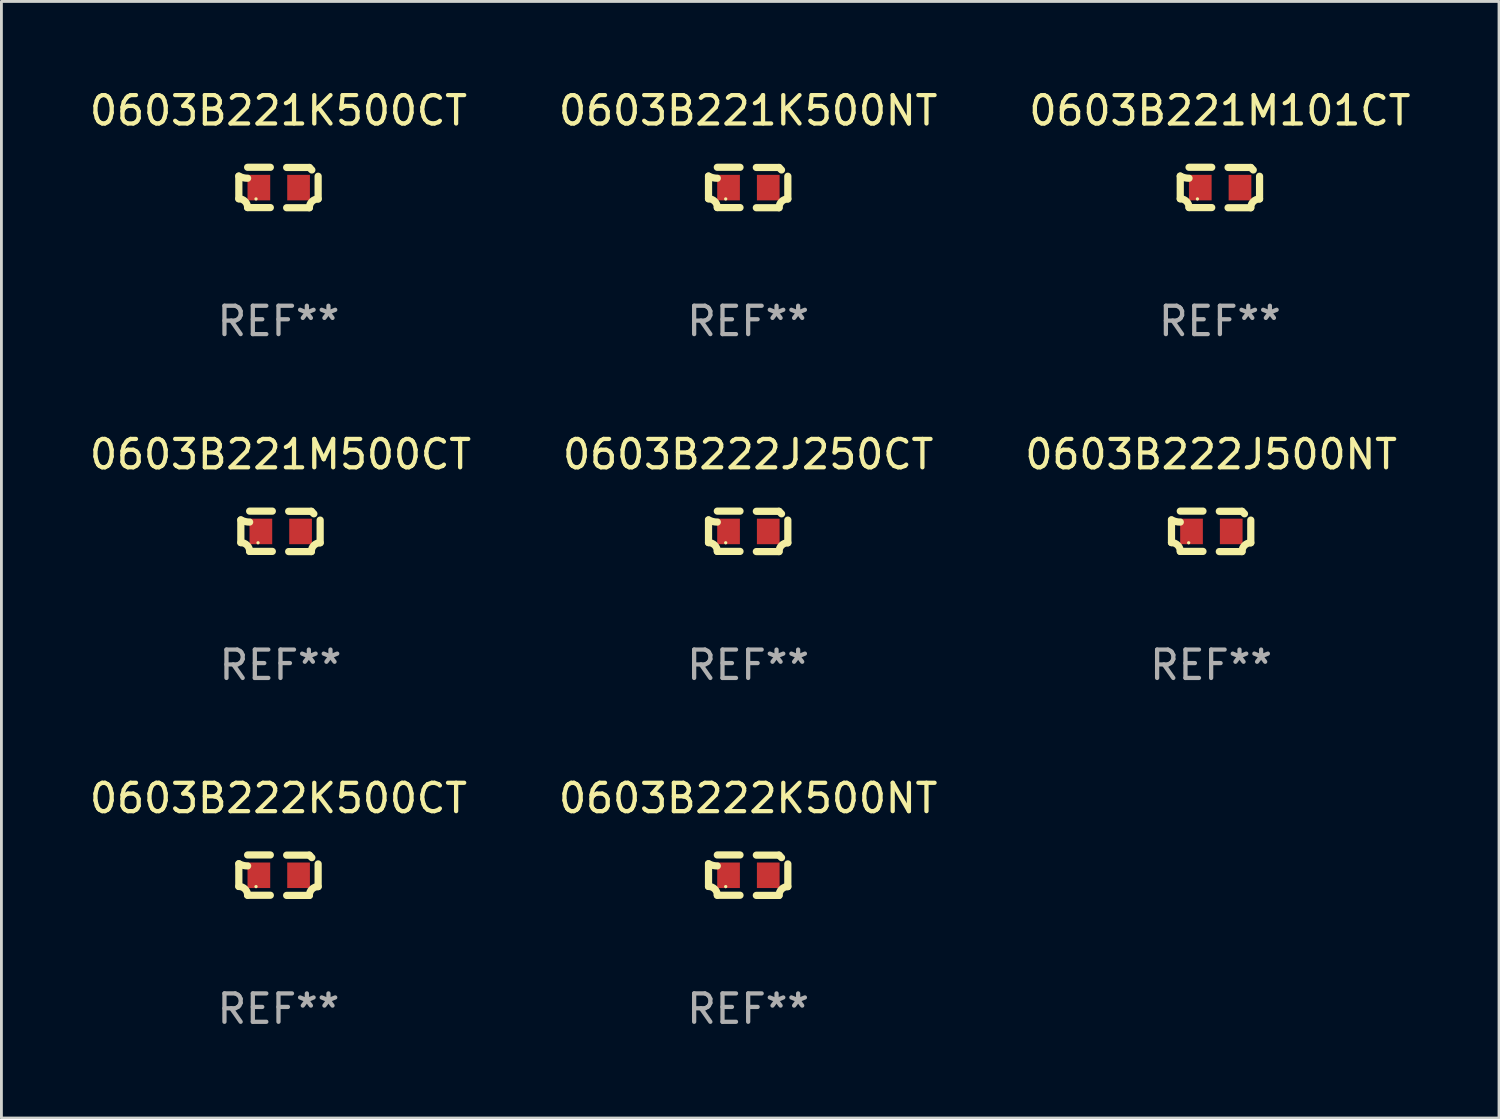
<source format=kicad_pcb>
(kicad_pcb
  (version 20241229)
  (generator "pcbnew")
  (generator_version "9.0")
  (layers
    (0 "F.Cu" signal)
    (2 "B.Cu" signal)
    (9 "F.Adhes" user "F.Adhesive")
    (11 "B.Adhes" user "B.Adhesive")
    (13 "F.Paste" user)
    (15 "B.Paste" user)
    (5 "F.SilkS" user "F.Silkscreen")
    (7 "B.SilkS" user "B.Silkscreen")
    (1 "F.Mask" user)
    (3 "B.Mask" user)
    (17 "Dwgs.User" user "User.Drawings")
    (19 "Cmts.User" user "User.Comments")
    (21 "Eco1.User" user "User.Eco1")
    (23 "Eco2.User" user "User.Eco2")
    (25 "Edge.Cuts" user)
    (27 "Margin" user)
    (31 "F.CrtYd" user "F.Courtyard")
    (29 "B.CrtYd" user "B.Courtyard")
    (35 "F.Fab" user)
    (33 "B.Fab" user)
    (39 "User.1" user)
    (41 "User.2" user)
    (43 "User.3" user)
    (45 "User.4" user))
  (footprint "0603B221K500CT"
    (layer "F.Cu")
    (at 6.768 3.561)
    (property "Reference" "0603B221K500CT" (at 0 -2.713 0) (layer "F.SilkS") (effects (font (size 1 1) (thickness 0.15))))
    (attr through_hole)
    (fp_line (start -1.398 -0.403) (end -1.398 0.397) (stroke (width 0.254) (type solid)) (layer "F.SilkS"))
    (fp_line (start -0.288 -0.713) (end -1.088 -0.713) (stroke (width 0.254) (type solid)) (layer "F.SilkS"))
    (fp_line (start -0.288 0.707) (end -1.088 0.707) (stroke (width 0.254) (type solid)) (layer "F.SilkS"))
    (fp_line (start 0.288 -0.707) (end 1.088 -0.707) (stroke (width 0.254) (type solid)) (layer "F.SilkS"))
    (fp_line (start 0.288 0.713) (end 1.088 0.713) (stroke (width 0.254) (type solid)) (layer "F.SilkS"))
    (fp_line (start 1.398 -0.397) (end 1.398 0.403) (stroke (width 0.254) (type solid)) (layer "F.SilkS"))
    (fp_arc (start -1.397789 0.397066) (mid -1.178701 0.487826) (end -1.08796 0.706922) (stroke (width 0.254001) (type solid)) (layer "F.SilkS"))
    (fp_arc (start -1.08796 -0.327176) (mid -1.247436 -0.346384) (end -1.39779 -0.402908) (stroke (width 0.254001) (type solid)) (layer "F.SilkS"))
    (fp_arc (start 1.087909 0.712738) (mid 1.178656 0.493655) (end 1.397739 0.402908) (stroke (width 0.254001) (type solid)) (layer "F.SilkS"))
    (fp_arc (start 1.175925 -0.618926) (mid 1.131917 -0.662923) (end 1.08791 -0.706922) (stroke (width 0.254001) (type solid)) (layer "F.SilkS"))
    (fp_circle (center -0.792 0.403) (end -0.762 0.403) (stroke (width 0.06) (type solid)) (fill no) (layer "F.SilkS"))
    (fp_text user "REF**" (at 0 4.713 0) (layer "F.Fab") (effects (font (size 1 1) (thickness 0.15))))
    (pad "1" smd rect (at -0.692 0.003) (size 0.8 0.9) (layers "F.Cu" "F.Mask" "F.Paste"))
    (pad "2" smd rect (at 0.708 0.003) (size 0.8 0.9) (layers "F.Cu" "F.Mask" "F.Paste")))
  (footprint "0603B222K500CT"
    (layer "F.Cu")
    (at 6.768 27.805)
    (property "Reference" "0603B222K500CT" (at 0 -2.713 0) (layer "F.SilkS") (effects (font (size 1 1) (thickness 0.15))))
    (attr through_hole)
    (fp_line (start -1.398 -0.403) (end -1.398 0.397) (stroke (width 0.254) (type solid)) (layer "F.SilkS"))
    (fp_line (start -0.288 -0.713) (end -1.088 -0.713) (stroke (width 0.254) (type solid)) (layer "F.SilkS"))
    (fp_line (start -0.288 0.707) (end -1.088 0.707) (stroke (width 0.254) (type solid)) (layer "F.SilkS"))
    (fp_line (start 0.288 -0.707) (end 1.088 -0.707) (stroke (width 0.254) (type solid)) (layer "F.SilkS"))
    (fp_line (start 0.288 0.713) (end 1.088 0.713) (stroke (width 0.254) (type solid)) (layer "F.SilkS"))
    (fp_line (start 1.398 -0.397) (end 1.398 0.403) (stroke (width 0.254) (type solid)) (layer "F.SilkS"))
    (fp_arc (start -1.397789 0.397066) (mid -1.178701 0.487826) (end -1.08796 0.706922) (stroke (width 0.254001) (type solid)) (layer "F.SilkS"))
    (fp_arc (start -1.08796 -0.327176) (mid -1.247436 -0.346384) (end -1.39779 -0.402908) (stroke (width 0.254001) (type solid)) (layer "F.SilkS"))
    (fp_arc (start 1.087909 0.712738) (mid 1.178656 0.493655) (end 1.397739 0.402908) (stroke (width 0.254001) (type solid)) (layer "F.SilkS"))
    (fp_arc (start 1.175925 -0.618926) (mid 1.131917 -0.662923) (end 1.08791 -0.706922) (stroke (width 0.254001) (type solid)) (layer "F.SilkS"))
    (fp_circle (center -0.792 0.403) (end -0.762 0.403) (stroke (width 0.06) (type solid)) (fill no) (layer "F.SilkS"))
    (fp_text user "REF**" (at 0 4.713 0) (layer "F.Fab") (effects (font (size 1 1) (thickness 0.15))))
    (pad "1" smd rect (at -0.692 0.003) (size 0.8 0.9) (layers "F.Cu" "F.Mask" "F.Paste"))
    (pad "2" smd rect (at 0.708 0.003) (size 0.8 0.9) (layers "F.Cu" "F.Mask" "F.Paste")))
  (footprint "0603B221K500NT"
    (layer "F.Cu")
    (at 23.327 3.561)
    (property "Reference" "0603B221K500NT" (at 0 -2.713 0) (layer "F.SilkS") (effects (font (size 1 1) (thickness 0.15))))
    (attr through_hole)
    (fp_line (start -1.398 -0.403) (end -1.398 0.397) (stroke (width 0.254) (type solid)) (layer "F.SilkS"))
    (fp_line (start -0.288 -0.713) (end -1.088 -0.713) (stroke (width 0.254) (type solid)) (layer "F.SilkS"))
    (fp_line (start -0.288 0.707) (end -1.088 0.707) (stroke (width 0.254) (type solid)) (layer "F.SilkS"))
    (fp_line (start 0.288 -0.707) (end 1.088 -0.707) (stroke (width 0.254) (type solid)) (layer "F.SilkS"))
    (fp_line (start 0.288 0.713) (end 1.088 0.713) (stroke (width 0.254) (type solid)) (layer "F.SilkS"))
    (fp_line (start 1.398 -0.397) (end 1.398 0.403) (stroke (width 0.254) (type solid)) (layer "F.SilkS"))
    (fp_arc (start -1.397789 0.397066) (mid -1.178701 0.487826) (end -1.08796 0.706922) (stroke (width 0.254001) (type solid)) (layer "F.SilkS"))
    (fp_arc (start -1.08796 -0.327176) (mid -1.247436 -0.346384) (end -1.39779 -0.402908) (stroke (width 0.254001) (type solid)) (layer "F.SilkS"))
    (fp_arc (start 1.087909 0.712738) (mid 1.178656 0.493655) (end 1.397739 0.402908) (stroke (width 0.254001) (type solid)) (layer "F.SilkS"))
    (fp_arc (start 1.175925 -0.618926) (mid 1.131917 -0.662923) (end 1.08791 -0.706922) (stroke (width 0.254001) (type solid)) (layer "F.SilkS"))
    (fp_circle (center -0.792 0.403) (end -0.762 0.403) (stroke (width 0.06) (type solid)) (fill no) (layer "F.SilkS"))
    (fp_text user "REF**" (at 0 4.713 0) (layer "F.Fab") (effects (font (size 1 1) (thickness 0.15))))
    (pad "1" smd rect (at -0.692 0.003) (size 0.8 0.9) (layers "F.Cu" "F.Mask" "F.Paste"))
    (pad "2" smd rect (at 0.708 0.003) (size 0.8 0.9) (layers "F.Cu" "F.Mask" "F.Paste")))
  (footprint "0603B222J250CT"
    (layer "F.Cu")
    (at 23.327 15.683)
    (property "Reference" "0603B222J250CT" (at 0 -2.713 0) (layer "F.SilkS") (effects (font (size 1 1) (thickness 0.15))))
    (attr through_hole)
    (fp_line (start -1.398 -0.403) (end -1.398 0.397) (stroke (width 0.254) (type solid)) (layer "F.SilkS"))
    (fp_line (start -0.288 -0.713) (end -1.088 -0.713) (stroke (width 0.254) (type solid)) (layer "F.SilkS"))
    (fp_line (start -0.288 0.707) (end -1.088 0.707) (stroke (width 0.254) (type solid)) (layer "F.SilkS"))
    (fp_line (start 0.288 -0.707) (end 1.088 -0.707) (stroke (width 0.254) (type solid)) (layer "F.SilkS"))
    (fp_line (start 0.288 0.713) (end 1.088 0.713) (stroke (width 0.254) (type solid)) (layer "F.SilkS"))
    (fp_line (start 1.398 -0.397) (end 1.398 0.403) (stroke (width 0.254) (type solid)) (layer "F.SilkS"))
    (fp_arc (start -1.397789 0.397066) (mid -1.178701 0.487826) (end -1.08796 0.706922) (stroke (width 0.254001) (type solid)) (layer "F.SilkS"))
    (fp_arc (start -1.08796 -0.327176) (mid -1.247436 -0.346384) (end -1.39779 -0.402908) (stroke (width 0.254001) (type solid)) (layer "F.SilkS"))
    (fp_arc (start 1.087909 0.712738) (mid 1.178656 0.493655) (end 1.397739 0.402908) (stroke (width 0.254001) (type solid)) (layer "F.SilkS"))
    (fp_arc (start 1.175925 -0.618926) (mid 1.131917 -0.662923) (end 1.08791 -0.706922) (stroke (width 0.254001) (type solid)) (layer "F.SilkS"))
    (fp_circle (center -0.792 0.403) (end -0.762 0.403) (stroke (width 0.06) (type solid)) (fill no) (layer "F.SilkS"))
    (fp_text user "REF**" (at 0 4.713 0) (layer "F.Fab") (effects (font (size 1 1) (thickness 0.15))))
    (pad "1" smd rect (at -0.692 0.003) (size 0.8 0.9) (layers "F.Cu" "F.Mask" "F.Paste"))
    (pad "2" smd rect (at 0.708 0.003) (size 0.8 0.9) (layers "F.Cu" "F.Mask" "F.Paste")))
  (footprint "0603B222J500NT"
    (layer "F.Cu")
    (at 39.649 15.683)
    (property "Reference" "0603B222J500NT" (at 0 -2.713 0) (layer "F.SilkS") (effects (font (size 1 1) (thickness 0.15))))
    (attr through_hole)
    (fp_line (start -1.398 -0.403) (end -1.398 0.397) (stroke (width 0.254) (type solid)) (layer "F.SilkS"))
    (fp_line (start -0.288 -0.713) (end -1.088 -0.713) (stroke (width 0.254) (type solid)) (layer "F.SilkS"))
    (fp_line (start -0.288 0.707) (end -1.088 0.707) (stroke (width 0.254) (type solid)) (layer "F.SilkS"))
    (fp_line (start 0.288 -0.707) (end 1.088 -0.707) (stroke (width 0.254) (type solid)) (layer "F.SilkS"))
    (fp_line (start 0.288 0.713) (end 1.088 0.713) (stroke (width 0.254) (type solid)) (layer "F.SilkS"))
    (fp_line (start 1.398 -0.397) (end 1.398 0.403) (stroke (width 0.254) (type solid)) (layer "F.SilkS"))
    (fp_arc (start -1.397789 0.397066) (mid -1.178701 0.487826) (end -1.08796 0.706922) (stroke (width 0.254001) (type solid)) (layer "F.SilkS"))
    (fp_arc (start -1.08796 -0.327176) (mid -1.247436 -0.346384) (end -1.39779 -0.402908) (stroke (width 0.254001) (type solid)) (layer "F.SilkS"))
    (fp_arc (start 1.087909 0.712738) (mid 1.178656 0.493655) (end 1.397739 0.402908) (stroke (width 0.254001) (type solid)) (layer "F.SilkS"))
    (fp_arc (start 1.175925 -0.618926) (mid 1.131917 -0.662923) (end 1.08791 -0.706922) (stroke (width 0.254001) (type solid)) (layer "F.SilkS"))
    (fp_circle (center -0.792 0.403) (end -0.762 0.403) (stroke (width 0.06) (type solid)) (fill no) (layer "F.SilkS"))
    (fp_text user "REF**" (at 0 4.713 0) (layer "F.Fab") (effects (font (size 1 1) (thickness 0.15))))
    (pad "1" smd rect (at -0.692 0.003) (size 0.8 0.9) (layers "F.Cu" "F.Mask" "F.Paste"))
    (pad "2" smd rect (at 0.708 0.003) (size 0.8 0.9) (layers "F.Cu" "F.Mask" "F.Paste")))
  (footprint "0603B221M101CT"
    (layer "F.Cu")
    (at 39.958 3.561)
    (property "Reference" "0603B221M101CT" (at 0 -2.713 0) (layer "F.SilkS") (effects (font (size 1 1) (thickness 0.15))))
    (attr through_hole)
    (fp_line (start -1.398 -0.403) (end -1.398 0.397) (stroke (width 0.254) (type solid)) (layer "F.SilkS"))
    (fp_line (start -0.288 -0.713) (end -1.088 -0.713) (stroke (width 0.254) (type solid)) (layer "F.SilkS"))
    (fp_line (start -0.288 0.707) (end -1.088 0.707) (stroke (width 0.254) (type solid)) (layer "F.SilkS"))
    (fp_line (start 0.288 -0.707) (end 1.088 -0.707) (stroke (width 0.254) (type solid)) (layer "F.SilkS"))
    (fp_line (start 0.288 0.713) (end 1.088 0.713) (stroke (width 0.254) (type solid)) (layer "F.SilkS"))
    (fp_line (start 1.398 -0.397) (end 1.398 0.403) (stroke (width 0.254) (type solid)) (layer "F.SilkS"))
    (fp_arc (start -1.397789 0.397066) (mid -1.178701 0.487826) (end -1.08796 0.706922) (stroke (width 0.254001) (type solid)) (layer "F.SilkS"))
    (fp_arc (start -1.08796 -0.327176) (mid -1.247436 -0.346384) (end -1.39779 -0.402908) (stroke (width 0.254001) (type solid)) (layer "F.SilkS"))
    (fp_arc (start 1.087909 0.712738) (mid 1.178656 0.493655) (end 1.397739 0.402908) (stroke (width 0.254001) (type solid)) (layer "F.SilkS"))
    (fp_arc (start 1.175925 -0.618926) (mid 1.131917 -0.662923) (end 1.08791 -0.706922) (stroke (width 0.254001) (type solid)) (layer "F.SilkS"))
    (fp_circle (center -0.792 0.403) (end -0.762 0.403) (stroke (width 0.06) (type solid)) (fill no) (layer "F.SilkS"))
    (fp_text user "REF**" (at 0 4.713 0) (layer "F.Fab") (effects (font (size 1 1) (thickness 0.15))))
    (pad "1" smd rect (at -0.692 0.003) (size 0.8 0.9) (layers "F.Cu" "F.Mask" "F.Paste"))
    (pad "2" smd rect (at 0.708 0.003) (size 0.8 0.9) (layers "F.Cu" "F.Mask" "F.Paste")))
  (footprint "0603B222K500NT"
    (layer "F.Cu")
    (at 23.327 27.805)
    (property "Reference" "0603B222K500NT" (at 0 -2.713 0) (layer "F.SilkS") (effects (font (size 1 1) (thickness 0.15))))
    (attr through_hole)
    (fp_line (start -1.398 -0.403) (end -1.398 0.397) (stroke (width 0.254) (type solid)) (layer "F.SilkS"))
    (fp_line (start -0.288 -0.713) (end -1.088 -0.713) (stroke (width 0.254) (type solid)) (layer "F.SilkS"))
    (fp_line (start -0.288 0.707) (end -1.088 0.707) (stroke (width 0.254) (type solid)) (layer "F.SilkS"))
    (fp_line (start 0.288 -0.707) (end 1.088 -0.707) (stroke (width 0.254) (type solid)) (layer "F.SilkS"))
    (fp_line (start 0.288 0.713) (end 1.088 0.713) (stroke (width 0.254) (type solid)) (layer "F.SilkS"))
    (fp_line (start 1.398 -0.397) (end 1.398 0.403) (stroke (width 0.254) (type solid)) (layer "F.SilkS"))
    (fp_arc (start -1.397789 0.397066) (mid -1.178701 0.487826) (end -1.08796 0.706922) (stroke (width 0.254001) (type solid)) (layer "F.SilkS"))
    (fp_arc (start -1.08796 -0.327176) (mid -1.247436 -0.346384) (end -1.39779 -0.402908) (stroke (width 0.254001) (type solid)) (layer "F.SilkS"))
    (fp_arc (start 1.087909 0.712738) (mid 1.178656 0.493655) (end 1.397739 0.402908) (stroke (width 0.254001) (type solid)) (layer "F.SilkS"))
    (fp_arc (start 1.175925 -0.618926) (mid 1.131917 -0.662923) (end 1.08791 -0.706922) (stroke (width 0.254001) (type solid)) (layer "F.SilkS"))
    (fp_circle (center -0.792 0.403) (end -0.762 0.403) (stroke (width 0.06) (type solid)) (fill no) (layer "F.SilkS"))
    (fp_text user "REF**" (at 0 4.713 0) (layer "F.Fab") (effects (font (size 1 1) (thickness 0.15))))
    (pad "1" smd rect (at -0.692 0.003) (size 0.8 0.9) (layers "F.Cu" "F.Mask" "F.Paste"))
    (pad "2" smd rect (at 0.708 0.003) (size 0.8 0.9) (layers "F.Cu" "F.Mask" "F.Paste")))
  (footprint "0603B221M500CT"
    (layer "F.Cu")
    (at 6.839 15.683)
    (property "Reference" "0603B221M500CT" (at 0 -2.713 0) (layer "F.SilkS") (effects (font (size 1 1) (thickness 0.15))))
    (attr through_hole)
    (fp_line (start -1.398 -0.403) (end -1.398 0.397) (stroke (width 0.254) (type solid)) (layer "F.SilkS"))
    (fp_line (start -0.288 -0.713) (end -1.088 -0.713) (stroke (width 0.254) (type solid)) (layer "F.SilkS"))
    (fp_line (start -0.288 0.707) (end -1.088 0.707) (stroke (width 0.254) (type solid)) (layer "F.SilkS"))
    (fp_line (start 0.288 -0.707) (end 1.088 -0.707) (stroke (width 0.254) (type solid)) (layer "F.SilkS"))
    (fp_line (start 0.288 0.713) (end 1.088 0.713) (stroke (width 0.254) (type solid)) (layer "F.SilkS"))
    (fp_line (start 1.398 -0.397) (end 1.398 0.403) (stroke (width 0.254) (type solid)) (layer "F.SilkS"))
    (fp_arc (start -1.397789 0.397066) (mid -1.178701 0.487826) (end -1.08796 0.706922) (stroke (width 0.254001) (type solid)) (layer "F.SilkS"))
    (fp_arc (start -1.08796 -0.327176) (mid -1.247436 -0.346384) (end -1.39779 -0.402908) (stroke (width 0.254001) (type solid)) (layer "F.SilkS"))
    (fp_arc (start 1.087909 0.712738) (mid 1.178656 0.493655) (end 1.397739 0.402908) (stroke (width 0.254001) (type solid)) (layer "F.SilkS"))
    (fp_arc (start 1.175925 -0.618926) (mid 1.131917 -0.662923) (end 1.08791 -0.706922) (stroke (width 0.254001) (type solid)) (layer "F.SilkS"))
    (fp_circle (center -0.792 0.403) (end -0.762 0.403) (stroke (width 0.06) (type solid)) (fill no) (layer "F.SilkS"))
    (fp_text user "REF**" (at 0 4.713 0) (layer "F.Fab") (effects (font (size 1 1) (thickness 0.15))))
    (pad "1" smd rect (at -0.692 0.003) (size 0.8 0.9) (layers "F.Cu" "F.Mask" "F.Paste"))
    (pad "2" smd rect (at 0.708 0.003) (size 0.8 0.9) (layers "F.Cu" "F.Mask" "F.Paste")))
  (gr_rect
    (start -3 -3)
    (end 49.798 36.366)
    (stroke (width 0.1) (type default))
    (fill no)
    (layer "Edge.Cuts")))
</source>
